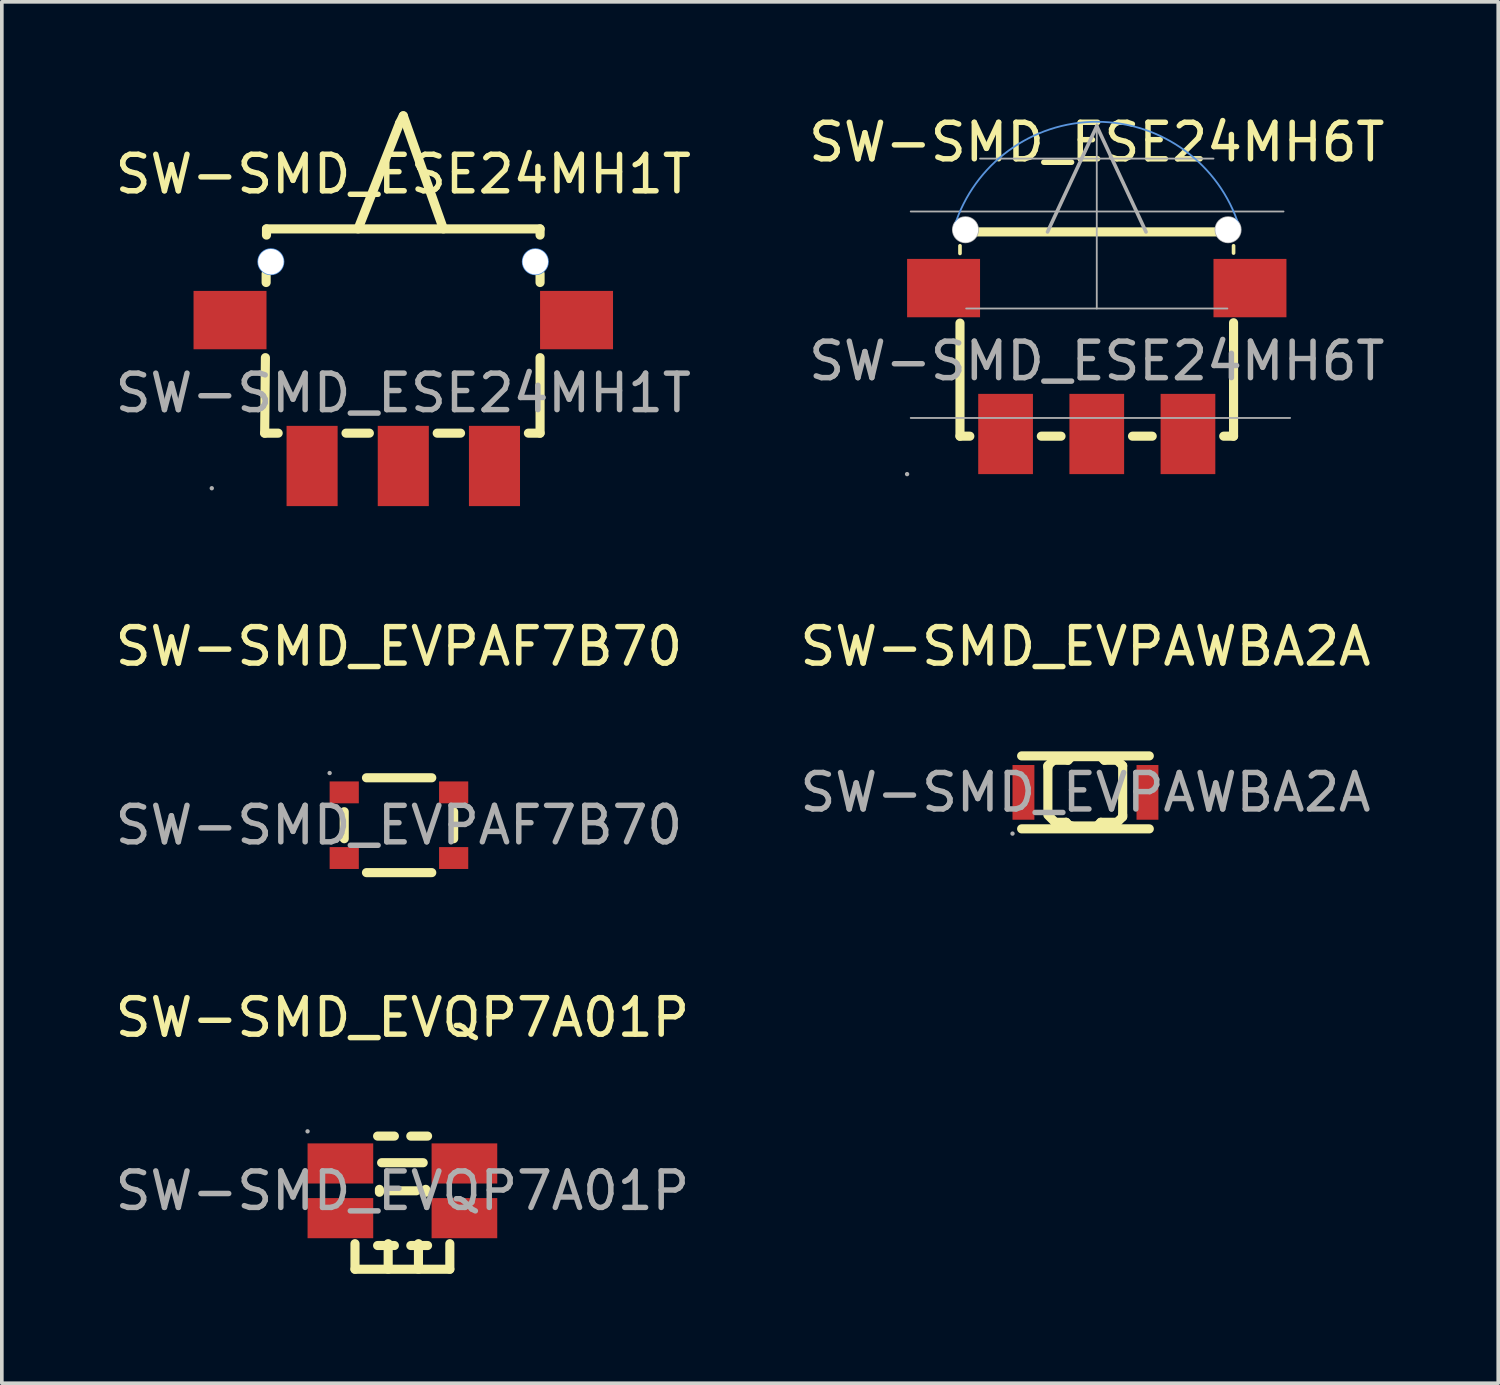
<source format=kicad_pcb>
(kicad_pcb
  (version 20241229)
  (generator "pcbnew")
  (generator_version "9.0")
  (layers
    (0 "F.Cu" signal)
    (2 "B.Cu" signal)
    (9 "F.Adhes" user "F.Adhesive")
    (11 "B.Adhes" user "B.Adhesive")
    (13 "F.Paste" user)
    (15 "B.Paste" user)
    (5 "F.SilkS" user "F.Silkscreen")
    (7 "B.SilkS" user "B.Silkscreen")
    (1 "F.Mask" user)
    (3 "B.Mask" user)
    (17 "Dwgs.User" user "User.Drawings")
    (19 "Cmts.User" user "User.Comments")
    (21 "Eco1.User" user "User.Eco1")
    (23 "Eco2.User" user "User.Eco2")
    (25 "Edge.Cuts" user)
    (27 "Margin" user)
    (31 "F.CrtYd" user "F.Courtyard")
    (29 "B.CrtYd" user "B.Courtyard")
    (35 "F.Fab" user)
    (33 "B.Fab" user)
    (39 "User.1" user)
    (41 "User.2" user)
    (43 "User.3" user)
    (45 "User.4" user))
  (footprint "SW-SMD_EVPAWBA2A"
    (layer "F.Cu")
    (at 26.708 18.673)
    (property "Reference" "SW-SMD_EVPAWBA2A" (at 0 -4 0) (layer "F.SilkS") (effects (font (size 1 1) (thickness 0.15))))
    (attr through_hole)
    (fp_line (start -1.75 -1) (end 1.75 -1) (stroke (width 0.25) (type solid)) (layer "F.SilkS"))
    (fp_line (start -1.03 -0.73) (end -0.88 -0.88) (stroke (width 0.25) (type solid)) (layer "F.SilkS"))
    (fp_line (start -1.03 -0.68) (end -1.03 -0.73) (stroke (width 0.25) (type solid)) (layer "F.SilkS"))
    (fp_line (start -1.03 0.57) (end -1.03 -0.68) (stroke (width 0.25) (type solid)) (layer "F.SilkS"))
    (fp_line (start -0.88 -0.88) (end -0.48 -0.88) (stroke (width 0.25) (type solid)) (layer "F.SilkS"))
    (fp_line (start -0.83 0.82) (end -1.03 0.62) (stroke (width 0.25) (type solid)) (layer "F.SilkS"))
    (fp_line (start -0.53 0.82) (end -0.83 0.82) (stroke (width 0.25) (type solid)) (layer "F.SilkS"))
    (fp_line (start -0.48 -0.88) (end -0.38 -0.98) (stroke (width 0.25) (type solid)) (layer "F.SilkS"))
    (fp_line (start -0.43 0.92) (end -0.53 0.82) (stroke (width 0.25) (type solid)) (layer "F.SilkS"))
    (fp_line (start -0.38 -0.98) (end 0.42 -0.98) (stroke (width 0.25) (type solid)) (layer "F.SilkS"))
    (fp_line (start -0.38 0.92) (end -0.43 0.92) (stroke (width 0.25) (type solid)) (layer "F.SilkS"))
    (fp_line (start 0.32 0.92) (end -0.38 0.92) (stroke (width 0.25) (type solid)) (layer "F.SilkS"))
    (fp_line (start 0.42 -0.98) (end 0.42 -0.98) (stroke (width 0.25) (type solid)) (layer "F.SilkS"))
    (fp_line (start 0.42 -0.98) (end 0.52 -0.88) (stroke (width 0.25) (type solid)) (layer "F.SilkS"))
    (fp_line (start 0.42 0.82) (end 0.32 0.92) (stroke (width 0.25) (type solid)) (layer "F.SilkS"))
    (fp_line (start 0.52 -0.88) (end 0.87 -0.88) (stroke (width 0.25) (type solid)) (layer "F.SilkS"))
    (fp_line (start 0.87 -0.88) (end 1.02 -0.73) (stroke (width 0.25) (type solid)) (layer "F.SilkS"))
    (fp_line (start 0.87 0.82) (end 0.42 0.82) (stroke (width 0.25) (type solid)) (layer "F.SilkS"))
    (fp_line (start 1.02 -0.73) (end 1.02 0.62) (stroke (width 0.25) (type solid)) (layer "F.SilkS"))
    (fp_line (start 1.02 0.62) (end 1.02 0.67) (stroke (width 0.25) (type solid)) (layer "F.SilkS"))
    (fp_line (start 1.02 0.67) (end 0.87 0.82) (stroke (width 0.25) (type solid)) (layer "F.SilkS"))
    (fp_line (start 1.75 1) (end -1.75 1) (stroke (width 0.25) (type solid)) (layer "F.SilkS"))
    (fp_circle (center -2 1.13) (end -1.97 1.13) (stroke (width 0.06) (type solid)) (fill no) (layer "F.Fab"))
    (fp_text user "${REFERENCE}" (at 0 0 0) (layer "F.Fab") (effects (font (size 1 1) (thickness 0.15))))
    (pad "1" smd rect (at -1.7 0 90) (size 1.5 0.6) (layers "F.Cu" "F.Mask" "F.Paste"))
    (pad "2" smd rect (at 1.7 0 90) (size 1.5 0.6) (layers "F.Cu" "F.Mask" "F.Paste")))
  (footprint "SW-SMD_ESE24MH6T"
    (layer "F.Cu")
    (at 27.018 6.848)
    (property "Reference" "SW-SMD_ESE24MH6T" (at 0 -6 0) (layer "F.SilkS") (effects (font (size 1 1) (thickness 0.15))))
    (attr through_hole)
    (fp_line (start -3.75 -3.54) (end 3.75 -3.54) (stroke (width 0.25) (type solid)) (layer "F.SilkS"))
    (fp_line (start -3.75 -2.95) (end -3.75 -3.16) (stroke (width 0.1) (type solid)) (layer "F.SilkS"))
    (fp_line (start -3.75 2.06) (end -3.75 -1.04) (stroke (width 0.25) (type solid)) (layer "F.SilkS"))
    (fp_line (start -3.75 2.06) (end -3.48 2.06) (stroke (width 0.25) (type solid)) (layer "F.SilkS"))
    (fp_line (start -1.52 2.06) (end -0.98 2.06) (stroke (width 0.25) (type solid)) (layer "F.SilkS"))
    (fp_line (start 0.98 2.06) (end 1.52 2.06) (stroke (width 0.25) (type solid)) (layer "F.SilkS"))
    (fp_line (start 3.48 2.06) (end 3.75 2.06) (stroke (width 0.25) (type solid)) (layer "F.SilkS"))
    (fp_line (start 3.75 -2.96) (end 3.75 -3.16) (stroke (width 0.1) (type solid)) (layer "F.SilkS"))
    (fp_line (start 3.75 2.06) (end 3.75 -1.05) (stroke (width 0.25) (type solid)) (layer "F.SilkS"))
    (fp_arc (start -3.898687 -3.704155) (mid 0.002179 -6.559364) (end 3.9 -3.7) (stroke (width 0.05) (type solid)) (layer "Cmts.User"))
    (fp_line (start -5.1 -4.1) (end 5.12 -4.1) (stroke (width 0.05) (type solid)) (layer "F.Fab"))
    (fp_line (start -5.1 1.56) (end 5.3 1.56) (stroke (width 0.05) (type solid)) (layer "F.Fab"))
    (fp_line (start -3.58 -1.44) (end 3.58 -1.44) (stroke (width 0.05) (type solid)) (layer "F.Fab"))
    (fp_line (start -3.2 -5.55) (end 3.2 -5.55) (stroke (width 0.05) (type solid)) (layer "F.Fab"))
    (fp_line (start 0 -6.44) (end -1.35 -3.54) (stroke (width 0.1) (type solid)) (layer "F.Fab"))
    (fp_line (start 0 -6.44) (end 1.35 -3.54) (stroke (width 0.1) (type solid)) (layer "F.Fab"))
    (fp_line (start 0 -1.44) (end 0 -6.49) (stroke (width 0.05) (type solid)) (layer "F.Fab"))
    (fp_circle (center -5.2 3.1) (end -5.17 3.1) (stroke (width 0.06) (type solid)) (fill no) (layer "F.Fab"))
    (fp_circle (center -3.6 -3.6) (end -3.48 -3.6) (stroke (width 0.25) (type solid)) (fill no) (layer "F.Fab"))
    (fp_circle (center 3.6 -3.6) (end 3.72 -3.6) (stroke (width 0.25) (type solid)) (fill no) (layer "F.Fab"))
    (fp_text user "${REFERENCE}" (at 0 0 0) (layer "F.Fab") (effects (font (size 1 1) (thickness 0.15))))
    (pad "" thru_hole circle (at -3.6 -3.6) (size 0.7 0.7) (drill 0.7) (layers "*.Cu" "*.Mask"))
    (pad "" thru_hole circle (at 3.6 -3.6) (size 0.7 0.7) (drill 0.7) (layers "*.Cu" "*.Mask"))
    (pad "1" smd rect (at -2.5 2 90) (size 2.2 1.5) (layers "F.Cu" "F.Mask" "F.Paste"))
    (pad "2" smd rect (at 0 2 90) (size 2.2 1.5) (layers "F.Cu" "F.Mask" "F.Paste"))
    (pad "3" smd rect (at 2.5 2 90) (size 2.2 1.5) (layers "F.Cu" "F.Mask" "F.Paste"))
    (pad "4" smd rect (at -4.2 -2 90) (size 1.6 2) (layers "F.Cu" "F.Mask" "F.Paste"))
    (pad "5" smd rect (at 4.2 -2 90) (size 1.6 2) (layers "F.Cu" "F.Mask" "F.Paste")))
  (footprint "SW-SMD_ESE24MH1T"
    (layer "F.Cu")
    (at 8.006 7.725)
    (property "Reference" "SW-SMD_ESE24MH1T" (at 0 -6 0) (layer "F.SilkS") (effects (font (size 1 1) (thickness 0.15))))
    (attr through_hole)
    (fp_line (start -3.8 1.1) (end -3.43 1.1) (stroke (width 0.25) (type solid)) (layer "F.SilkS"))
    (fp_line (start -3.78 -0.97) (end -3.8 1.1) (stroke (width 0.25) (type solid)) (layer "F.SilkS"))
    (fp_line (start -3.76 -3.27) (end -3.76 -3.03) (stroke (width 0.25) (type solid)) (layer "F.SilkS"))
    (fp_line (start -3.75 -4.5) (end -3.75 -4.33) (stroke (width 0.25) (type solid)) (layer "F.SilkS"))
    (fp_line (start -3.75 -4.5) (end 3.75 -4.5) (stroke (width 0.25) (type solid)) (layer "F.SilkS"))
    (fp_line (start -1.57 1.1) (end -0.93 1.1) (stroke (width 0.25) (type solid)) (layer "F.SilkS"))
    (fp_line (start -1.24 -4.5) (end -0.1 -7.4) (stroke (width 0.25) (type solid)) (layer "F.SilkS"))
    (fp_line (start -0.1 -7.4) (end 0 -7.6) (stroke (width 0.25) (type solid)) (layer "F.SilkS"))
    (fp_line (start 0 -7.6) (end 1.1 -4.5) (stroke (width 0.25) (type solid)) (layer "F.SilkS"))
    (fp_line (start 0.93 1.1) (end 1.57 1.1) (stroke (width 0.25) (type solid)) (layer "F.SilkS"))
    (fp_line (start 3.43 1.1) (end 3.75 1.1) (stroke (width 0.25) (type solid)) (layer "F.SilkS"))
    (fp_line (start 3.75 -4.5) (end 3.75 -4.33) (stroke (width 0.25) (type solid)) (layer "F.SilkS"))
    (fp_line (start 3.75 -3.27) (end 3.75 -3.03) (stroke (width 0.25) (type solid)) (layer "F.SilkS"))
    (fp_line (start 3.75 -0.97) (end 3.75 1.1) (stroke (width 0.25) (type solid)) (layer "F.SilkS"))
    (fp_circle (center -3.63 -3.6) (end -3.51 -3.6) (stroke (width 0.25) (type solid)) (fill no) (layer "Cmts.User"))
    (fp_circle (center 3.62 -3.6) (end 3.74 -3.6) (stroke (width 0.25) (type solid)) (fill no) (layer "Cmts.User"))
    (fp_circle (center -5.25 2.61) (end -5.22 2.61) (stroke (width 0.06) (type solid)) (fill no) (layer "F.Fab"))
    (fp_text user "${REFERENCE}" (at 0 0 0) (layer "F.Fab") (effects (font (size 1 1) (thickness 0.15))))
    (pad "" thru_hole circle (at -3.63 -3.6) (size 0.7 0.7) (drill 0.7) (layers "*.Cu" "*.Mask"))
    (pad "" thru_hole circle (at 3.62 -3.6) (size 0.7 0.7) (drill 0.7) (layers "*.Cu" "*.Mask"))
    (pad "0" smd rect (at -4.75 -2) (size 2 1.6) (layers "F.Cu" "F.Mask" "F.Paste"))
    (pad "0" smd rect (at 4.75 -2) (size 2 1.6) (layers "F.Cu" "F.Mask" "F.Paste"))
    (pad "1" smd rect (at -2.5 2) (size 1.4 2.2) (layers "F.Cu" "F.Mask" "F.Paste"))
    (pad "2" smd rect (at 0 2) (size 1.4 2.2) (layers "F.Cu" "F.Mask" "F.Paste"))
    (pad "3" smd rect (at 2.5 2) (size 1.4 2.2) (layers "F.Cu" "F.Mask" "F.Paste")))
  (footprint "SW-SMD_EVQP7A01P"
    (layer "F.Cu")
    (at 7.982 29.596)
    (property "Reference" "SW-SMD_EVQP7A01P" (at 0 -4.75 0) (layer "F.SilkS") (effects (font (size 1 1) (thickness 0.15))))
    (attr through_hole)
    (fp_line (start -1.3 2.15) (end -1.3 1.45) (stroke (width 0.25) (type solid)) (layer "F.SilkS"))
    (fp_line (start -1.3 2.15) (end 1.3 2.15) (stroke (width 0.25) (type solid)) (layer "F.SilkS"))
    (fp_line (start -0.68 -1.5) (end -0.22 -1.5) (stroke (width 0.25) (type solid)) (layer "F.SilkS"))
    (fp_line (start -0.63 -0.04) (end -0.63 0.04) (stroke (width 0.25) (type solid)) (layer "F.SilkS"))
    (fp_line (start -0.39 1.45) (end -0.39 2.15) (stroke (width 0.25) (type solid)) (layer "F.SilkS"))
    (fp_line (start -0.38 0) (end 0.38 0) (stroke (width 0.25) (type solid)) (layer "F.SilkS"))
    (fp_line (start -0.22 1.5) (end -0.68 1.5) (stroke (width 0.25) (type solid)) (layer "F.SilkS"))
    (fp_line (start 0.23 -1.5) (end 0.69 -1.5) (stroke (width 0.25) (type solid)) (layer "F.SilkS"))
    (fp_line (start 0.44 1.45) (end 0.44 2.15) (stroke (width 0.25) (type solid)) (layer "F.SilkS"))
    (fp_line (start 0.57 -0.77) (end -0.57 -0.77) (stroke (width 0.25) (type solid)) (layer "F.SilkS"))
    (fp_line (start 0.64 -0.04) (end 0.64 0.04) (stroke (width 0.25) (type solid)) (layer "F.SilkS"))
    (fp_line (start 0.69 1.5) (end 0.23 1.5) (stroke (width 0.25) (type solid)) (layer "F.SilkS"))
    (fp_line (start 1.3 2.15) (end 1.3 1.45) (stroke (width 0.25) (type solid)) (layer "F.SilkS"))
    (fp_circle (center -2.6 -1.63) (end -2.57 -1.63) (stroke (width 0.06) (type solid)) (fill no) (layer "F.Fab"))
    (fp_text user "${REFERENCE}" (at 0 0 0) (layer "F.Fab") (effects (font (size 1 1) (thickness 0.15))))
    (pad "1" smd rect (at -1.7 -0.75 90) (size 1.1 1.8) (layers "F.Cu" "F.Mask" "F.Paste"))
    (pad "1'" smd rect (at 1.7 -0.75 90) (size 1.1 1.8) (layers "F.Cu" "F.Mask" "F.Paste"))
    (pad "2" smd rect (at -1.7 0.75 90) (size 1.1 1.8) (layers "F.Cu" "F.Mask" "F.Paste"))
    (pad "2'" smd rect (at 1.7 0.75 90) (size 1.1 1.8) (layers "F.Cu" "F.Mask" "F.Paste")))
  (footprint "SW-SMD_EVPAF7B70"
    (layer "F.Cu")
    (at 7.887 19.573)
    (property "Reference" "SW-SMD_EVPAF7B70" (at 0 -4.9 0) (layer "F.SilkS") (effects (font (size 1 1) (thickness 0.15))))
    (attr through_hole)
    (fp_line (start -1.5 0.37) (end -1.5 -0.37) (stroke (width 0.25) (type solid)) (layer "F.SilkS"))
    (fp_line (start -0.89 -1.3) (end 0.9 -1.3) (stroke (width 0.25) (type solid)) (layer "F.SilkS"))
    (fp_line (start 0.9 1.3) (end -0.89 1.3) (stroke (width 0.25) (type solid)) (layer "F.SilkS"))
    (fp_line (start 1.5 -0.37) (end 1.5 0.37) (stroke (width 0.25) (type solid)) (layer "F.SilkS"))
    (fp_circle (center -1.9 -1.43) (end -1.87 -1.43) (stroke (width 0.06) (type solid)) (fill no) (layer "F.Fab"))
    (fp_text user "${REFERENCE}" (at 0 0 0) (layer "F.Fab") (effects (font (size 1 1) (thickness 0.15))))
    (pad "1" smd rect (at -1.5 -0.9) (size 0.8 0.6) (layers "F.Cu" "F.Mask" "F.Paste"))
    (pad "1&#96;" smd rect (at 1.5 -0.9) (size 0.8 0.6) (layers "F.Cu" "F.Mask" "F.Paste"))
    (pad "2" smd rect (at -1.5 0.9) (size 0.8 0.6) (layers "F.Cu" "F.Mask" "F.Paste"))
    (pad "2&#96;" smd rect (at 1.5 0.9) (size 0.8 0.6) (layers "F.Cu" "F.Mask" "F.Paste")))
  (gr_rect
    (start -3 -3)
    (end 38.024 34.871)
    (stroke (width 0.1) (type default))
    (fill no)
    (layer "Edge.Cuts")))
</source>
